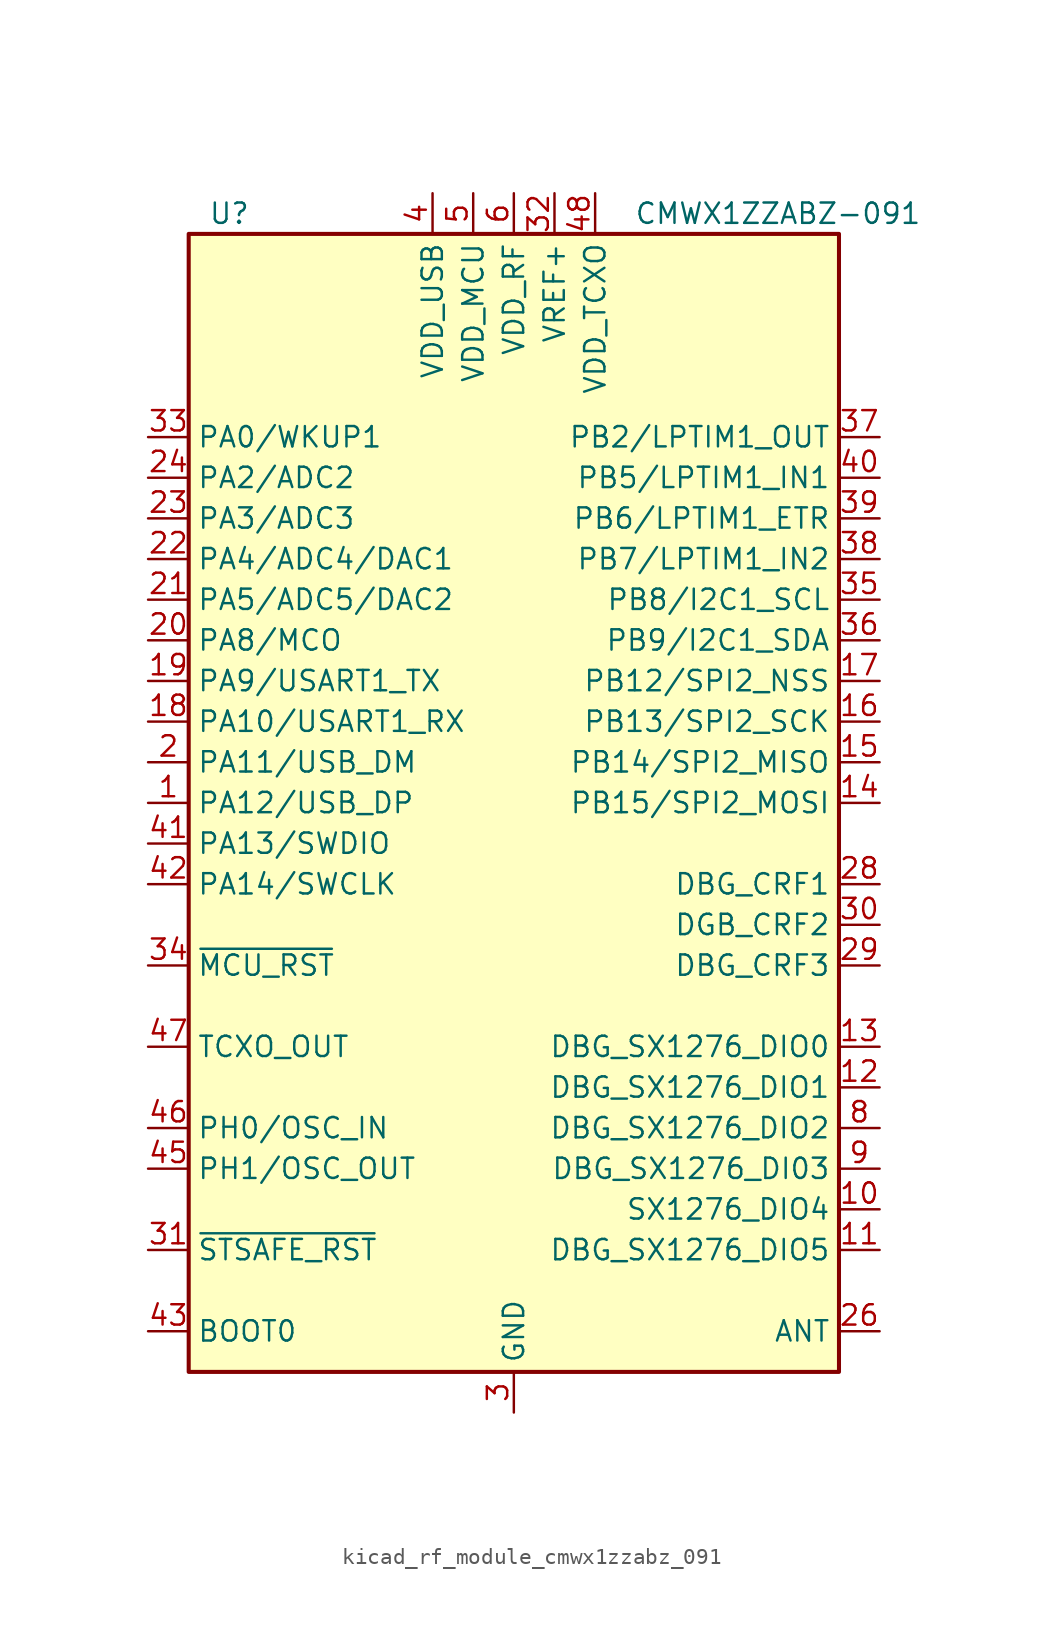
<source format=kicad_sym>
(kicad_symbol_lib
  (version 20220914)
  (generator kicad_symbol_editor)
  (symbol "kicad_rf_module_cmwx1zzabz_091"
    (property "Reference" "U"
      (at -17.78 36.83 0)
      (effects (font (size 1.27 1.27))))
    (property "Value" "CMWX1ZZABZ-091"
      (at 16.51 36.83 0)
      (effects (font (size 1.27 1.27))))
    (symbol "kicad_rf_module_cmwx1zzabz_091_0_1"
      (rectangle (start -20.32 35.56) (end 20.32 -35.56) (stroke (width 0.254) (type default)) (fill (type background))))
    (symbol "kicad_rf_module_cmwx1zzabz_091_1_1"
      (pin bidirectional line (at -22.86 0 0) (length 2.54) (name "PA12/USB_DP" (effects (font (size 1.27 1.27)))) (number "1" (effects (font (size 1.27 1.27)))))
      (pin bidirectional line (at 22.86 -25.4 180) (length 2.54) (name "SX1276_DIO4" (effects (font (size 1.27 1.27)))) (number "10" (effects (font (size 1.27 1.27)))))
      (pin bidirectional line (at 22.86 -27.94 180) (length 2.54) (name "DBG_SX1276_DIO5" (effects (font (size 1.27 1.27)))) (number "11" (effects (font (size 1.27 1.27)))))
      (pin bidirectional line (at 22.86 -17.78 180) (length 2.54) (name "DBG_SX1276_DIO1" (effects (font (size 1.27 1.27)))) (number "12" (effects (font (size 1.27 1.27)))))
      (pin bidirectional line (at 22.86 -15.24 180) (length 2.54) (name "DBG_SX1276_DIO0" (effects (font (size 1.27 1.27)))) (number "13" (effects (font (size 1.27 1.27)))))
      (pin bidirectional line (at 22.86 0 180) (length 2.54) (name "PB15/SPI2_MOSI" (effects (font (size 1.27 1.27)))) (number "14" (effects (font (size 1.27 1.27)))))
      (pin bidirectional line (at 22.86 2.54 180) (length 2.54) (name "PB14/SPI2_MISO" (effects (font (size 1.27 1.27)))) (number "15" (effects (font (size 1.27 1.27)))))
      (pin bidirectional line (at 22.86 5.08 180) (length 2.54) (name "PB13/SPI2_SCK" (effects (font (size 1.27 1.27)))) (number "16" (effects (font (size 1.27 1.27)))))
      (pin bidirectional line (at 22.86 7.62 180) (length 2.54) (name "PB12/SPI2_NSS" (effects (font (size 1.27 1.27)))) (number "17" (effects (font (size 1.27 1.27)))))
      (pin bidirectional line (at -22.86 5.08 0) (length 2.54) (name "PA10/USART1_RX" (effects (font (size 1.27 1.27)))) (number "18" (effects (font (size 1.27 1.27)))))
      (pin bidirectional line (at -22.86 7.62 0) (length 2.54) (name "PA9/USART1_TX" (effects (font (size 1.27 1.27)))) (number "19" (effects (font (size 1.27 1.27)))))
      (pin bidirectional line (at -22.86 2.54 0) (length 2.54) (name "PA11/USB_DM" (effects (font (size 1.27 1.27)))) (number "2" (effects (font (size 1.27 1.27)))))
      (pin bidirectional line (at -22.86 10.16 0) (length 2.54) (name "PA8/MCO" (effects (font (size 1.27 1.27)))) (number "20" (effects (font (size 1.27 1.27)))))
      (pin bidirectional line (at -22.86 12.7 0) (length 2.54) (name "PA5/ADC5/DAC2" (effects (font (size 1.27 1.27)))) (number "21" (effects (font (size 1.27 1.27)))))
      (pin bidirectional line (at -22.86 15.24 0) (length 2.54) (name "PA4/ADC4/DAC1" (effects (font (size 1.27 1.27)))) (number "22" (effects (font (size 1.27 1.27)))))
      (pin bidirectional line (at -22.86 17.78 0) (length 2.54) (name "PA3/ADC3" (effects (font (size 1.27 1.27)))) (number "23" (effects (font (size 1.27 1.27)))))
      (pin bidirectional line (at -22.86 20.32 0) (length 2.54) (name "PA2/ADC2" (effects (font (size 1.27 1.27)))) (number "24" (effects (font (size 1.27 1.27)))))
      (pin passive line (at 0 -38.1 90) (length 2.54) hide (name "GND" (effects (font (size 1.27 1.27)))) (number "25" (effects (font (size 1.27 1.27)))))
      (pin passive line (at 22.86 -33.02 180) (length 2.54) (name "ANT" (effects (font (size 1.27 1.27)))) (number "26" (effects (font (size 1.27 1.27)))))
      (pin passive line (at 0 -38.1 90) (length 2.54) hide (name "GND" (effects (font (size 1.27 1.27)))) (number "27" (effects (font (size 1.27 1.27)))))
      (pin passive line (at 22.86 -5.08 180) (length 2.54) (name "DBG_CRF1" (effects (font (size 1.27 1.27)))) (number "28" (effects (font (size 1.27 1.27)))))
      (pin passive line (at 22.86 -10.16 180) (length 2.54) (name "DBG_CRF3" (effects (font (size 1.27 1.27)))) (number "29" (effects (font (size 1.27 1.27)))))
      (pin power_in line (at 0 -38.1 90) (length 2.54) (name "GND" (effects (font (size 1.27 1.27)))) (number "3" (effects (font (size 1.27 1.27)))))
      (pin passive line (at 22.86 -7.62 180) (length 2.54) (name "DGB_CRF2" (effects (font (size 1.27 1.27)))) (number "30" (effects (font (size 1.27 1.27)))))
      (pin passive line (at -22.86 -27.94 0) (length 2.54) (name "~{STSAFE_RST}" (effects (font (size 1.27 1.27)))) (number "31" (effects (font (size 1.27 1.27)))))
      (pin power_in line (at 2.54 38.1 270) (length 2.54) (name "VREF+" (effects (font (size 1.27 1.27)))) (number "32" (effects (font (size 1.27 1.27)))))
      (pin bidirectional line (at -22.86 22.86 0) (length 2.54) (name "PA0/WKUP1" (effects (font (size 1.27 1.27)))) (number "33" (effects (font (size 1.27 1.27)))))
      (pin input line (at -22.86 -10.16 0) (length 2.54) (name "~{MCU_RST}" (effects (font (size 1.27 1.27)))) (number "34" (effects (font (size 1.27 1.27)))))
      (pin bidirectional line (at 22.86 12.7 180) (length 2.54) (name "PB8/I2C1_SCL" (effects (font (size 1.27 1.27)))) (number "35" (effects (font (size 1.27 1.27)))))
      (pin bidirectional line (at 22.86 10.16 180) (length 2.54) (name "PB9/I2C1_SDA" (effects (font (size 1.27 1.27)))) (number "36" (effects (font (size 1.27 1.27)))))
      (pin bidirectional line (at 22.86 22.86 180) (length 2.54) (name "PB2/LPTIM1_OUT" (effects (font (size 1.27 1.27)))) (number "37" (effects (font (size 1.27 1.27)))))
      (pin bidirectional line (at 22.86 15.24 180) (length 2.54) (name "PB7/LPTIM1_IN2" (effects (font (size 1.27 1.27)))) (number "38" (effects (font (size 1.27 1.27)))))
      (pin bidirectional line (at 22.86 17.78 180) (length 2.54) (name "PB6/LPTIM1_ETR" (effects (font (size 1.27 1.27)))) (number "39" (effects (font (size 1.27 1.27)))))
      (pin power_in line (at -5.08 38.1 270) (length 2.54) (name "VDD_USB" (effects (font (size 1.27 1.27)))) (number "4" (effects (font (size 1.27 1.27)))))
      (pin bidirectional line (at 22.86 20.32 180) (length 2.54) (name "PB5/LPTIM1_IN1" (effects (font (size 1.27 1.27)))) (number "40" (effects (font (size 1.27 1.27)))))
      (pin bidirectional line (at -22.86 -2.54 0) (length 2.54) (name "PA13/SWDIO" (effects (font (size 1.27 1.27)))) (number "41" (effects (font (size 1.27 1.27)))))
      (pin bidirectional line (at -22.86 -5.08 0) (length 2.54) (name "PA14/SWCLK" (effects (font (size 1.27 1.27)))) (number "42" (effects (font (size 1.27 1.27)))))
      (pin input line (at -22.86 -33.02 0) (length 2.54) (name "BOOT0" (effects (font (size 1.27 1.27)))) (number "43" (effects (font (size 1.27 1.27)))))
      (pin passive line (at 0 -38.1 90) (length 2.54) hide (name "GND" (effects (font (size 1.27 1.27)))) (number "44" (effects (font (size 1.27 1.27)))))
      (pin bidirectional line (at -22.86 -22.86 0) (length 2.54) (name "PH1/OSC_OUT" (effects (font (size 1.27 1.27)))) (number "45" (effects (font (size 1.27 1.27)))))
      (pin bidirectional line (at -22.86 -20.32 0) (length 2.54) (name "PH0/OSC_IN" (effects (font (size 1.27 1.27)))) (number "46" (effects (font (size 1.27 1.27)))))
      (pin output line (at -22.86 -15.24 0) (length 2.54) (name "TCXO_OUT" (effects (font (size 1.27 1.27)))) (number "47" (effects (font (size 1.27 1.27)))))
      (pin power_in line (at 5.08 38.1 270) (length 2.54) (name "VDD_TCXO" (effects (font (size 1.27 1.27)))) (number "48" (effects (font (size 1.27 1.27)))))
      (pin passive line (at 0 -38.1 90) (length 2.54) hide (name "GND" (effects (font (size 1.27 1.27)))) (number "49" (effects (font (size 1.27 1.27)))))
      (pin power_in line (at -2.54 38.1 270) (length 2.54) (name "VDD_MCU" (effects (font (size 1.27 1.27)))) (number "5" (effects (font (size 1.27 1.27)))))
      (pin passive line (at 0 -38.1 90) (length 2.54) hide (name "GND" (effects (font (size 1.27 1.27)))) (number "50" (effects (font (size 1.27 1.27)))))
      (pin passive line (at 0 -38.1 90) (length 2.54) hide (name "GND" (effects (font (size 1.27 1.27)))) (number "51" (effects (font (size 1.27 1.27)))))
      (pin passive line (at 0 -38.1 90) (length 2.54) hide (name "GND" (effects (font (size 1.27 1.27)))) (number "52" (effects (font (size 1.27 1.27)))))
      (pin passive line (at 0 -38.1 90) (length 2.54) hide (name "GND" (effects (font (size 1.27 1.27)))) (number "53" (effects (font (size 1.27 1.27)))))
      (pin passive line (at 0 -38.1 90) (length 2.54) hide (name "GND" (effects (font (size 1.27 1.27)))) (number "54" (effects (font (size 1.27 1.27)))))
      (pin passive line (at 0 -38.1 90) (length 2.54) hide (name "GND" (effects (font (size 1.27 1.27)))) (number "55" (effects (font (size 1.27 1.27)))))
      (pin passive line (at 0 -38.1 90) (length 2.54) hide (name "GND" (effects (font (size 1.27 1.27)))) (number "56" (effects (font (size 1.27 1.27)))))
      (pin passive line (at 0 -38.1 90) (length 2.54) hide (name "GND" (effects (font (size 1.27 1.27)))) (number "57" (effects (font (size 1.27 1.27)))))
      (pin power_in line (at 0 38.1 270) (length 2.54) (name "VDD_RF" (effects (font (size 1.27 1.27)))) (number "6" (effects (font (size 1.27 1.27)))))
      (pin passive line (at 0 -38.1 90) (length 2.54) hide (name "GND" (effects (font (size 1.27 1.27)))) (number "7" (effects (font (size 1.27 1.27)))))
      (pin bidirectional line (at 22.86 -20.32 180) (length 2.54) (name "DBG_SX1276_DIO2" (effects (font (size 1.27 1.27)))) (number "8" (effects (font (size 1.27 1.27)))))
      (pin bidirectional line (at 22.86 -22.86 180) (length 2.54) (name "DBG_SX1276_DI03" (effects (font (size 1.27 1.27)))) (number "9" (effects (font (size 1.27 1.27))))))))
</source>
